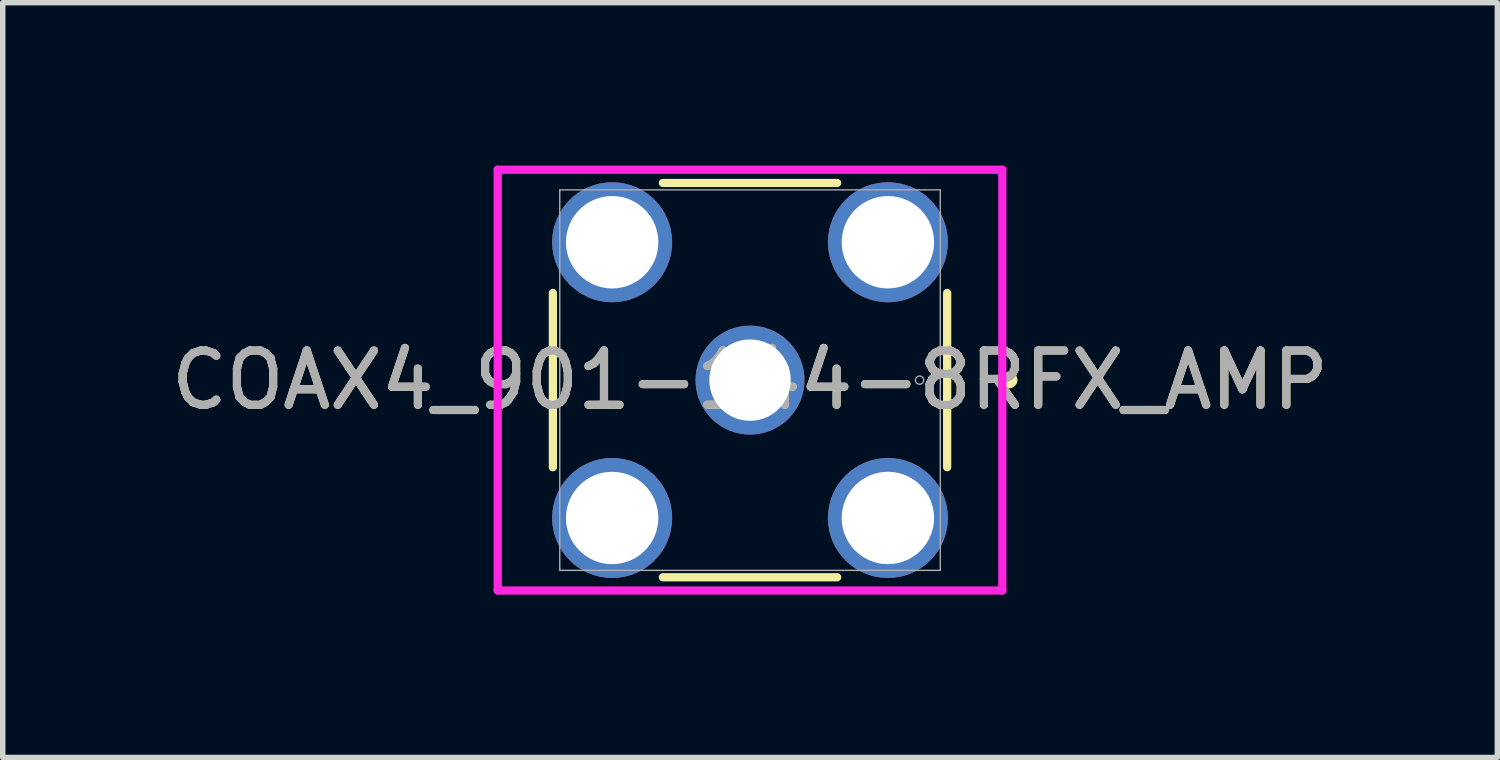
<source format=kicad_pcb>
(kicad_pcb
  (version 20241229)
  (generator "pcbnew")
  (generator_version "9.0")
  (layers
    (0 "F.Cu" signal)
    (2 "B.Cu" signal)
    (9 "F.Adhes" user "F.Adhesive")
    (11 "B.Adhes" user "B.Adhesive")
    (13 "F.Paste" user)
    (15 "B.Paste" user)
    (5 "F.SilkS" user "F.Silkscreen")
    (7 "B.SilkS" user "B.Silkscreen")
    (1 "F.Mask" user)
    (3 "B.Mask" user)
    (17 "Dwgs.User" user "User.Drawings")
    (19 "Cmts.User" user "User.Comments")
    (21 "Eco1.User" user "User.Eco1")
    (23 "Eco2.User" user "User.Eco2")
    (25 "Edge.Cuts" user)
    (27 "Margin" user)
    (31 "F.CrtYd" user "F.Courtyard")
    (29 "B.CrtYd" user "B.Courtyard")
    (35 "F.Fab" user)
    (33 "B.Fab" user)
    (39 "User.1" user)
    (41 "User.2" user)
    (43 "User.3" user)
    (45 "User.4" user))
  (footprint "COAX4_901-144-8RFX_AMP"
    (layer "F.Cu")
    (at 10.768 3.953)
    (property "Reference" "COAX4_901-144-8RFX_AMP" (at 0 0 0) (unlocked yes) (layer "F.SilkS") (effects (font (size 1 1) (thickness 0.15))))
    (attr through_hole)
    (fp_line (start -3.632 -1.605) (end -3.632 1.605) (stroke (width 0.152) (type solid)) (layer "F.SilkS"))
    (fp_line (start -1.605 3.632) (end 1.605 3.632) (stroke (width 0.152) (type solid)) (layer "F.SilkS"))
    (fp_line (start 1.605 -3.632) (end -1.605 -3.632) (stroke (width 0.152) (type solid)) (layer "F.SilkS"))
    (fp_line (start 3.632 1.605) (end 3.632 -1.605) (stroke (width 0.152) (type solid)) (layer "F.SilkS"))
    (fp_circle (center 4.775 0) (end 4.851 0) (stroke (width 0.152) (type solid)) (fill no) (layer "F.SilkS"))
    (fp_line (start -4.648 -3.876) (end 4.648 -3.876) (stroke (width 0.152) (type solid)) (layer "F.CrtYd"))
    (fp_line (start -4.648 3.876) (end -4.648 -3.876) (stroke (width 0.152) (type solid)) (layer "F.CrtYd"))
    (fp_line (start 4.648 -3.876) (end 4.648 3.876) (stroke (width 0.152) (type solid)) (layer "F.CrtYd"))
    (fp_line (start 4.648 3.876) (end -4.648 3.876) (stroke (width 0.152) (type solid)) (layer "F.CrtYd"))
    (fp_line (start -3.505 -3.505) (end -3.505 3.505) (stroke (width 0.025) (type solid)) (layer "F.Fab"))
    (fp_line (start -3.505 3.505) (end 3.505 3.505) (stroke (width 0.025) (type solid)) (layer "F.Fab"))
    (fp_line (start 3.505 -3.505) (end -3.505 -3.505) (stroke (width 0.025) (type solid)) (layer "F.Fab"))
    (fp_line (start 3.505 3.505) (end 3.505 -3.505) (stroke (width 0.025) (type solid)) (layer "F.Fab"))
    (fp_circle (center 3.124 0) (end 3.2 0) (stroke (width 0.025) (type solid)) (fill no) (layer "F.Fab"))
    (fp_text user "${REFERENCE}" (at 0 0 0) (unlocked yes) (layer "F.Fab") (effects (font (size 1 1) (thickness 0.15))))
    (pad "1" thru_hole circle (at 0 0) (size 2.007 2.007) (drill 1.499) (layers "*.Cu" "*.Mask"))
    (pad "2" thru_hole circle (at -2.54 -2.54) (size 2.21 2.21) (drill 1.702) (layers "*.Cu" "*.Mask"))
    (pad "3" thru_hole circle (at -2.54 2.54) (size 2.21 2.21) (drill 1.702) (layers "*.Cu" "*.Mask"))
    (pad "4" thru_hole circle (at 2.54 2.54) (size 2.21 2.21) (drill 1.702) (layers "*.Cu" "*.Mask"))
    (pad "5" thru_hole circle (at 2.54 -2.54) (size 2.21 2.21) (drill 1.702) (layers "*.Cu" "*.Mask")))
  (gr_rect
    (start -3 -3)
    (end 24.536 10.905)
    (stroke (width 0.1) (type default))
    (fill no)
    (layer "Edge.Cuts")))
</source>
